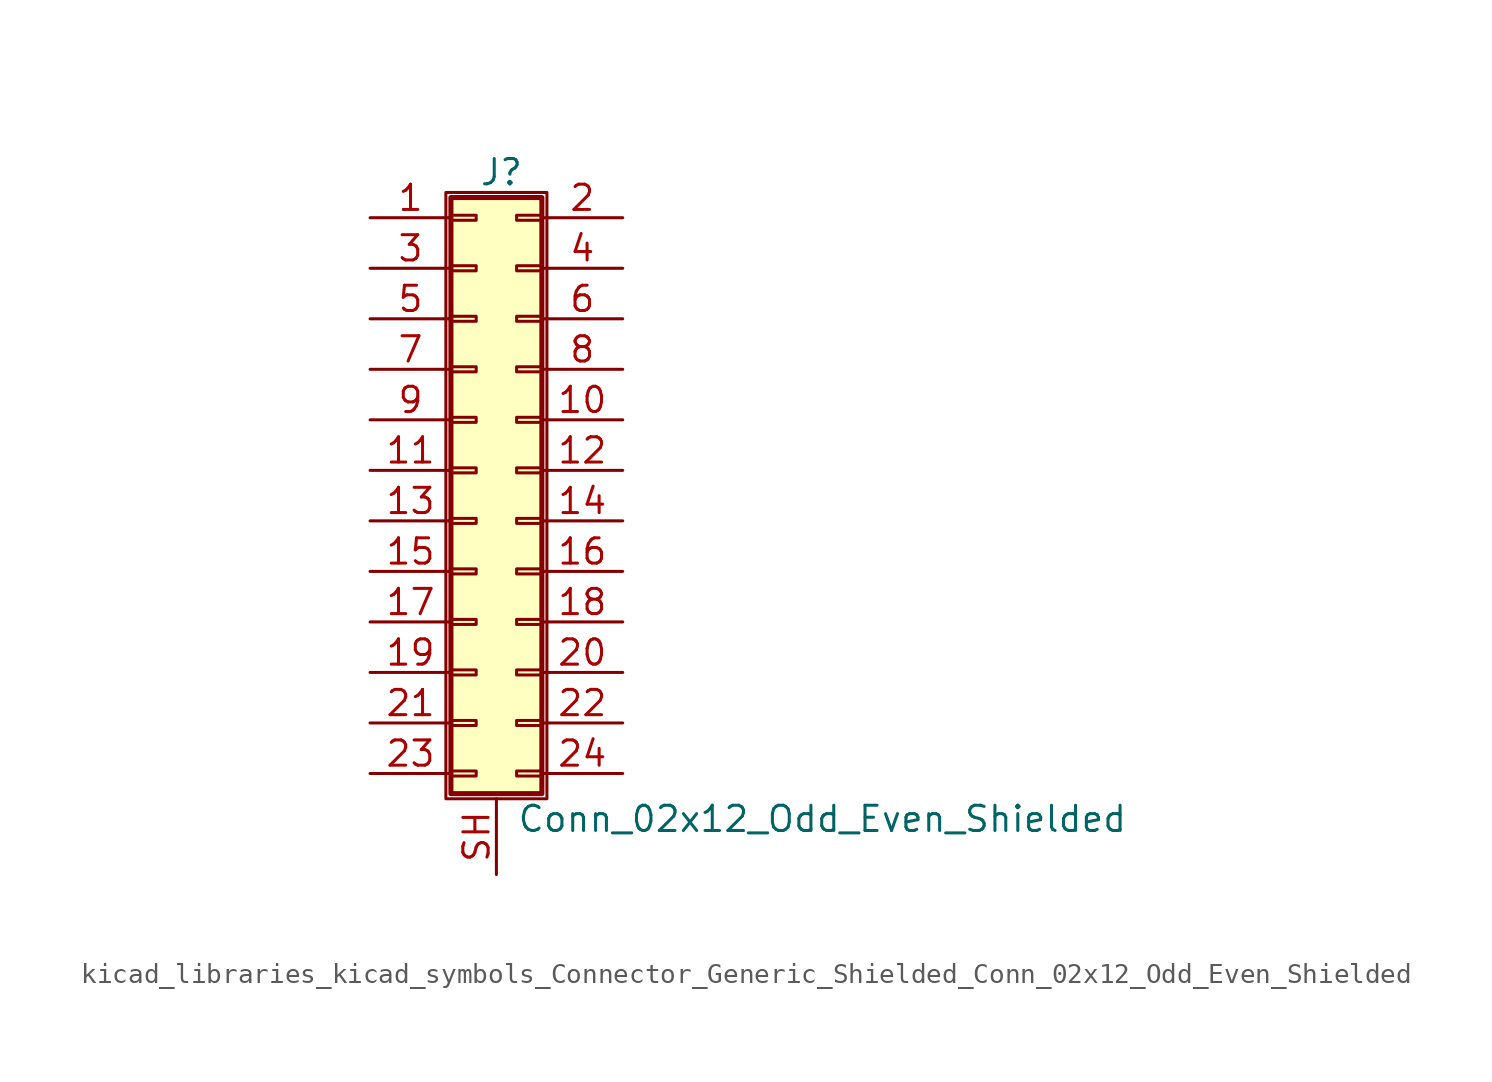
<source format=kicad_sym>
(kicad_symbol_lib
  (version 20220914)
  (generator kicad_symbol_editor)
  (symbol "kicad_libraries_kicad_symbols_Connector_Generic_Shielded_Conn_02x12_Odd_Even_Shielded"
    (pin_names
      (offset 1.016) hide)
    (property "Reference" "J"
      (at 1.524 14.986 0)
      (effects (font (size 1.27 1.27))))
    (property "Value" "Conn_02x12_Odd_Even_Shielded"
      (at 2.286 -17.526 0)
      (effects (font (size 1.27 1.27)) (justify left)))
    (symbol "kicad_libraries_kicad_symbols_Connector_Generic_Shielded_Conn_02x12_Odd_Even_Shielded_1_1"
      (rectangle (start -1.27 13.97) (end 3.81 -16.51) (stroke (width 0.152) (type default)) (fill (type none)))
      (rectangle (start -1.016 -15.113) (end 0.254 -15.367) (stroke (width 0.152) (type default)) (fill (type none)))
      (rectangle (start -1.016 -12.573) (end 0.254 -12.827) (stroke (width 0.152) (type default)) (fill (type none)))
      (rectangle (start -1.016 -10.033) (end 0.254 -10.287) (stroke (width 0.152) (type default)) (fill (type none)))
      (rectangle (start -1.016 -7.493) (end 0.254 -7.747) (stroke (width 0.152) (type default)) (fill (type none)))
      (rectangle (start -1.016 -4.953) (end 0.254 -5.207) (stroke (width 0.152) (type default)) (fill (type none)))
      (rectangle (start -1.016 -2.413) (end 0.254 -2.667) (stroke (width 0.152) (type default)) (fill (type none)))
      (rectangle (start -1.016 0.127) (end 0.254 -0.127) (stroke (width 0.152) (type default)) (fill (type none)))
      (rectangle (start -1.016 2.667) (end 0.254 2.413) (stroke (width 0.152) (type default)) (fill (type none)))
      (rectangle (start -1.016 5.207) (end 0.254 4.953) (stroke (width 0.152) (type default)) (fill (type none)))
      (rectangle (start -1.016 7.747) (end 0.254 7.493) (stroke (width 0.152) (type default)) (fill (type none)))
      (rectangle (start -1.016 10.287) (end 0.254 10.033) (stroke (width 0.152) (type default)) (fill (type none)))
      (rectangle (start -1.016 12.827) (end 0.254 12.573) (stroke (width 0.152) (type default)) (fill (type none)))
      (rectangle (start -1.016 13.716) (end 3.556 -16.256) (stroke (width 0.254) (type default)) (fill (type background)))
      (rectangle (start 3.556 -15.113) (end 2.286 -15.367) (stroke (width 0.152) (type default)) (fill (type none)))
      (rectangle (start 3.556 -12.573) (end 2.286 -12.827) (stroke (width 0.152) (type default)) (fill (type none)))
      (rectangle (start 3.556 -10.033) (end 2.286 -10.287) (stroke (width 0.152) (type default)) (fill (type none)))
      (rectangle (start 3.556 -7.493) (end 2.286 -7.747) (stroke (width 0.152) (type default)) (fill (type none)))
      (rectangle (start 3.556 -4.953) (end 2.286 -5.207) (stroke (width 0.152) (type default)) (fill (type none)))
      (rectangle (start 3.556 -2.413) (end 2.286 -2.667) (stroke (width 0.152) (type default)) (fill (type none)))
      (rectangle (start 3.556 0.127) (end 2.286 -0.127) (stroke (width 0.152) (type default)) (fill (type none)))
      (rectangle (start 3.556 2.667) (end 2.286 2.413) (stroke (width 0.152) (type default)) (fill (type none)))
      (rectangle (start 3.556 5.207) (end 2.286 4.953) (stroke (width 0.152) (type default)) (fill (type none)))
      (rectangle (start 3.556 7.747) (end 2.286 7.493) (stroke (width 0.152) (type default)) (fill (type none)))
      (rectangle (start 3.556 10.287) (end 2.286 10.033) (stroke (width 0.152) (type default)) (fill (type none)))
      (rectangle (start 3.556 12.827) (end 2.286 12.573) (stroke (width 0.152) (type default)) (fill (type none)))
      (pin passive line (at -5.08 12.7 0) (length 4.064) (name "Pin_1" (effects (font (size 1.27 1.27)))) (number "1" (effects (font (size 1.27 1.27)))))
      (pin passive line (at 7.62 2.54 180) (length 4.064) (name "Pin_10" (effects (font (size 1.27 1.27)))) (number "10" (effects (font (size 1.27 1.27)))))
      (pin passive line (at -5.08 0 0) (length 4.064) (name "Pin_11" (effects (font (size 1.27 1.27)))) (number "11" (effects (font (size 1.27 1.27)))))
      (pin passive line (at 7.62 0 180) (length 4.064) (name "Pin_12" (effects (font (size 1.27 1.27)))) (number "12" (effects (font (size 1.27 1.27)))))
      (pin passive line (at -5.08 -2.54 0) (length 4.064) (name "Pin_13" (effects (font (size 1.27 1.27)))) (number "13" (effects (font (size 1.27 1.27)))))
      (pin passive line (at 7.62 -2.54 180) (length 4.064) (name "Pin_14" (effects (font (size 1.27 1.27)))) (number "14" (effects (font (size 1.27 1.27)))))
      (pin passive line (at -5.08 -5.08 0) (length 4.064) (name "Pin_15" (effects (font (size 1.27 1.27)))) (number "15" (effects (font (size 1.27 1.27)))))
      (pin passive line (at 7.62 -5.08 180) (length 4.064) (name "Pin_16" (effects (font (size 1.27 1.27)))) (number "16" (effects (font (size 1.27 1.27)))))
      (pin passive line (at -5.08 -7.62 0) (length 4.064) (name "Pin_17" (effects (font (size 1.27 1.27)))) (number "17" (effects (font (size 1.27 1.27)))))
      (pin passive line (at 7.62 -7.62 180) (length 4.064) (name "Pin_18" (effects (font (size 1.27 1.27)))) (number "18" (effects (font (size 1.27 1.27)))))
      (pin passive line (at -5.08 -10.16 0) (length 4.064) (name "Pin_19" (effects (font (size 1.27 1.27)))) (number "19" (effects (font (size 1.27 1.27)))))
      (pin passive line (at 7.62 12.7 180) (length 4.064) (name "Pin_2" (effects (font (size 1.27 1.27)))) (number "2" (effects (font (size 1.27 1.27)))))
      (pin passive line (at 7.62 -10.16 180) (length 4.064) (name "Pin_20" (effects (font (size 1.27 1.27)))) (number "20" (effects (font (size 1.27 1.27)))))
      (pin passive line (at -5.08 -12.7 0) (length 4.064) (name "Pin_21" (effects (font (size 1.27 1.27)))) (number "21" (effects (font (size 1.27 1.27)))))
      (pin passive line (at 7.62 -12.7 180) (length 4.064) (name "Pin_22" (effects (font (size 1.27 1.27)))) (number "22" (effects (font (size 1.27 1.27)))))
      (pin passive line (at -5.08 -15.24 0) (length 4.064) (name "Pin_23" (effects (font (size 1.27 1.27)))) (number "23" (effects (font (size 1.27 1.27)))))
      (pin passive line (at 7.62 -15.24 180) (length 4.064) (name "Pin_24" (effects (font (size 1.27 1.27)))) (number "24" (effects (font (size 1.27 1.27)))))
      (pin passive line (at -5.08 10.16 0) (length 4.064) (name "Pin_3" (effects (font (size 1.27 1.27)))) (number "3" (effects (font (size 1.27 1.27)))))
      (pin passive line (at 7.62 10.16 180) (length 4.064) (name "Pin_4" (effects (font (size 1.27 1.27)))) (number "4" (effects (font (size 1.27 1.27)))))
      (pin passive line (at -5.08 7.62 0) (length 4.064) (name "Pin_5" (effects (font (size 1.27 1.27)))) (number "5" (effects (font (size 1.27 1.27)))))
      (pin passive line (at 7.62 7.62 180) (length 4.064) (name "Pin_6" (effects (font (size 1.27 1.27)))) (number "6" (effects (font (size 1.27 1.27)))))
      (pin passive line (at -5.08 5.08 0) (length 4.064) (name "Pin_7" (effects (font (size 1.27 1.27)))) (number "7" (effects (font (size 1.27 1.27)))))
      (pin passive line (at 7.62 5.08 180) (length 4.064) (name "Pin_8" (effects (font (size 1.27 1.27)))) (number "8" (effects (font (size 1.27 1.27)))))
      (pin passive line (at -5.08 2.54 0) (length 4.064) (name "Pin_9" (effects (font (size 1.27 1.27)))) (number "9" (effects (font (size 1.27 1.27)))))
      (pin passive line (at 1.27 -20.32 90) (length 3.81) (name "Shield" (effects (font (size 1.27 1.27)))) (number "SH" (effects (font (size 1.27 1.27))))))))
</source>
